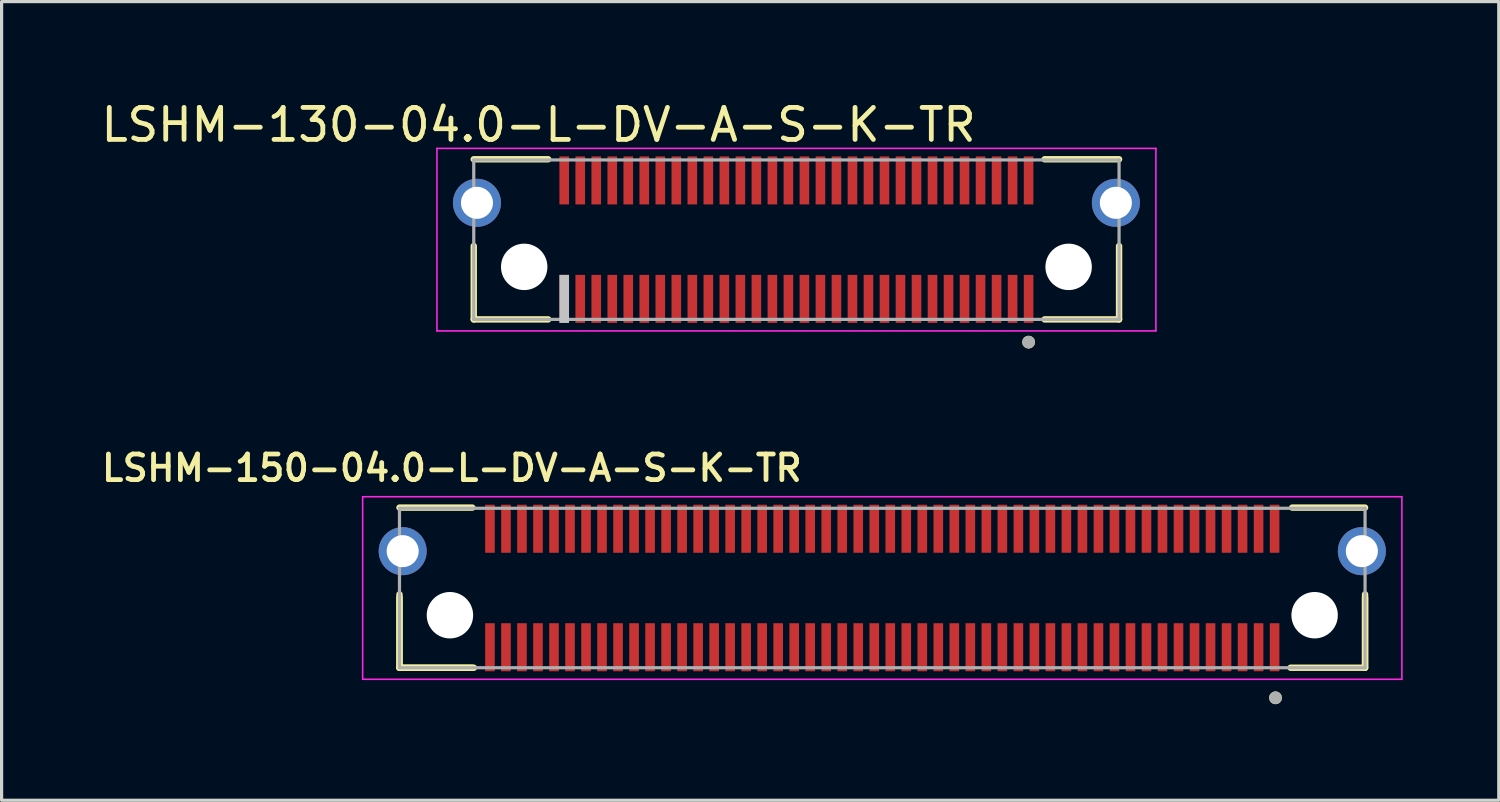
<source format=kicad_pcb>
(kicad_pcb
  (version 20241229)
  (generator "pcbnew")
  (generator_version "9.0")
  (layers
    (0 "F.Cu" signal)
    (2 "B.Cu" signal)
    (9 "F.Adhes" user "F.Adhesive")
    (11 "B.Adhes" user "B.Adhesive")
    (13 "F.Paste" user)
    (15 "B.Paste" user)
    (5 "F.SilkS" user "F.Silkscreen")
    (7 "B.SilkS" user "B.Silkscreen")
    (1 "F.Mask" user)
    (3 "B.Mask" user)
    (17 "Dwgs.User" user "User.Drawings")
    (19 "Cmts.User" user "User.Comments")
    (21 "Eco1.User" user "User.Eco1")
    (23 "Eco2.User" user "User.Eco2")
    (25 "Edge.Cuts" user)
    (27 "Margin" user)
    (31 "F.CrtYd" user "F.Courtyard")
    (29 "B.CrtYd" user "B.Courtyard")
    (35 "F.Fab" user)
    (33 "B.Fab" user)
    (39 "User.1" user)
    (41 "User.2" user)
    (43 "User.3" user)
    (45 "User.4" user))
  (footprint "LSHM-130-04.0-L-DV-A-S-K-TR"
    (layer "F.Cu")
    (at 21.818 4.433)
    (property "Reference" "LSHM-130-04.0-L-DV-A-S-K-TR" (at -8.05 -3.585 0) (layer "F.SilkS") (effects (font (size 1 1) (thickness 0.15))))
    (attr smd)
    (fp_line (start -10.075 2.49) (end -10.075 0.2) (stroke (width 0.2) (type solid)) (layer "F.SilkS"))
    (fp_line (start -10.075 2.49) (end -7.75 2.49) (stroke (width 0.2) (type solid)) (layer "F.SilkS"))
    (fp_line (start -7.75 -2.51) (end -10.075 -2.51) (stroke (width 0.2) (type solid)) (layer "F.SilkS"))
    (fp_line (start 7.75 2.49) (end 10.075 2.49) (stroke (width 0.2) (type solid)) (layer "F.SilkS"))
    (fp_line (start 10.075 -2.51) (end 7.75 -2.51) (stroke (width 0.2) (type solid)) (layer "F.SilkS"))
    (fp_line (start 10.075 2.49) (end 10.075 0.2) (stroke (width 0.2) (type solid)) (layer "F.SilkS"))
    (fp_circle (center 7.25 3.2) (end 7.35 3.2) (stroke (width 0.2) (type solid)) (fill no) (layer "F.SilkS"))
    (fp_circle (center -9.975 -1.15) (end -9.475 -1.15) (stroke (width 1) (type solid)) (fill no) (layer "F.Paste"))
    (fp_circle (center 9.975 -1.15) (end 10.475 -1.15) (stroke (width 1) (type solid)) (fill no) (layer "F.Paste"))
    (fp_line (start -11.225 -2.85) (end 11.225 -2.85) (stroke (width 0.05) (type solid)) (layer "F.CrtYd"))
    (fp_line (start -11.225 2.85) (end -11.225 -2.85) (stroke (width 0.05) (type solid)) (layer "F.CrtYd"))
    (fp_line (start 11.225 -2.85) (end 11.225 2.85) (stroke (width 0.05) (type solid)) (layer "F.CrtYd"))
    (fp_line (start 11.225 2.85) (end -11.225 2.85) (stroke (width 0.05) (type solid)) (layer "F.CrtYd"))
    (fp_line (start -10.075 -2.49) (end 10.075 -2.49) (stroke (width 0.1) (type solid)) (layer "F.Fab"))
    (fp_line (start -10.075 2.49) (end -10.075 -2.49) (stroke (width 0.1) (type solid)) (layer "F.Fab"))
    (fp_line (start 10.075 -2.49) (end 10.075 2.49) (stroke (width 0.1) (type solid)) (layer "F.Fab"))
    (fp_line (start 10.075 2.49) (end -10.075 2.49) (stroke (width 0.1) (type solid)) (layer "F.Fab"))
    (fp_circle (center 7.25 3.2) (end 7.35 3.2) (stroke (width 0.2) (type solid)) (fill no) (layer "F.Fab"))
    (pad "" np_thru_hole circle (at -8.5 0.85) (size 1.45 1.45) (drill 1.45) (layers "*.Cu" "*.Mask"))
    (pad "" np_thru_hole circle (at 8.5 0.85) (size 1.45 1.45) (drill 1.45) (layers "*.Cu" "*.Mask"))
    (pad "1" smd rect (at 7.25 1.85) (size 0.3 1.5) (layers "F.Cu" "F.Paste"))
    (pad "2" smd rect (at 7.25 -1.85) (size 0.3 1.5) (layers "F.Cu" "F.Paste"))
    (pad "3" smd rect (at 6.75 1.85) (size 0.3 1.5) (layers "F.Cu" "F.Paste"))
    (pad "4" smd rect (at 6.75 -1.85) (size 0.3 1.5) (layers "F.Cu" "F.Paste"))
    (pad "5" smd rect (at 6.25 1.85) (size 0.3 1.5) (layers "F.Cu" "F.Paste"))
    (pad "6" smd rect (at 6.25 -1.85) (size 0.3 1.5) (layers "F.Cu" "F.Paste"))
    (pad "7" smd rect (at 5.75 1.85) (size 0.3 1.5) (layers "F.Cu" "F.Paste"))
    (pad "8" smd rect (at 5.75 -1.85) (size 0.3 1.5) (layers "F.Cu" "F.Paste"))
    (pad "9" smd rect (at 5.25 1.85) (size 0.3 1.5) (layers "F.Cu" "F.Paste"))
    (pad "10" smd rect (at 5.25 -1.85) (size 0.3 1.5) (layers "F.Cu" "F.Paste"))
    (pad "11" smd rect (at 4.75 1.85) (size 0.3 1.5) (layers "F.Cu" "F.Paste"))
    (pad "12" smd rect (at 4.75 -1.85) (size 0.3 1.5) (layers "F.Cu" "F.Paste"))
    (pad "13" smd rect (at 4.25 1.85) (size 0.3 1.5) (layers "F.Cu" "F.Paste"))
    (pad "14" smd rect (at 4.25 -1.85) (size 0.3 1.5) (layers "F.Cu" "F.Paste"))
    (pad "15" smd rect (at 3.75 1.85) (size 0.3 1.5) (layers "F.Cu" "F.Paste"))
    (pad "16" smd rect (at 3.75 -1.85) (size 0.3 1.5) (layers "F.Cu" "F.Paste"))
    (pad "17" smd rect (at 3.25 1.85) (size 0.3 1.5) (layers "F.Cu" "F.Paste"))
    (pad "18" smd rect (at 3.25 -1.85) (size 0.3 1.5) (layers "F.Cu" "F.Paste"))
    (pad "19" smd rect (at 2.75 1.85) (size 0.3 1.5) (layers "F.Cu" "F.Paste"))
    (pad "20" smd rect (at 2.75 -1.85) (size 0.3 1.5) (layers "F.Cu" "F.Paste"))
    (pad "21" smd rect (at 2.25 1.85) (size 0.3 1.5) (layers "F.Cu" "F.Paste"))
    (pad "22" smd rect (at 2.25 -1.85) (size 0.3 1.5) (layers "F.Cu" "F.Paste"))
    (pad "23" smd rect (at 1.75 1.85) (size 0.3 1.5) (layers "F.Cu" "F.Paste"))
    (pad "24" smd rect (at 1.75 -1.85) (size 0.3 1.5) (layers "F.Cu" "F.Paste"))
    (pad "25" smd rect (at 1.25 1.85) (size 0.3 1.5) (layers "F.Cu" "F.Paste"))
    (pad "26" smd rect (at 1.25 -1.85) (size 0.3 1.5) (layers "F.Cu" "F.Paste"))
    (pad "27" smd rect (at 0.75 1.85) (size 0.3 1.5) (layers "F.Cu" "F.Paste"))
    (pad "28" smd rect (at 0.75 -1.85) (size 0.3 1.5) (layers "F.Cu" "F.Paste"))
    (pad "29" smd rect (at 0.25 1.85) (size 0.3 1.5) (layers "F.Cu" "F.Paste"))
    (pad "30" smd rect (at 0.25 -1.85) (size 0.3 1.5) (layers "F.Cu" "F.Paste"))
    (pad "31" smd rect (at -0.25 1.85) (size 0.3 1.5) (layers "F.Cu" "F.Paste"))
    (pad "32" smd rect (at -0.25 -1.85) (size 0.3 1.5) (layers "F.Cu" "F.Paste"))
    (pad "33" smd rect (at -0.75 1.85) (size 0.3 1.5) (layers "F.Cu" "F.Paste"))
    (pad "34" smd rect (at -0.75 -1.85) (size 0.3 1.5) (layers "F.Cu" "F.Paste"))
    (pad "35" smd rect (at -1.25 1.85) (size 0.3 1.5) (layers "F.Cu" "F.Paste"))
    (pad "36" smd rect (at -1.25 -1.85) (size 0.3 1.5) (layers "F.Cu" "F.Paste"))
    (pad "37" smd rect (at -1.75 1.85) (size 0.3 1.5) (layers "F.Cu" "F.Paste"))
    (pad "38" smd rect (at -1.75 -1.85) (size 0.3 1.5) (layers "F.Cu" "F.Paste"))
    (pad "39" smd rect (at -2.25 1.85) (size 0.3 1.5) (layers "F.Cu" "F.Paste"))
    (pad "40" smd rect (at -2.25 -1.85) (size 0.3 1.5) (layers "F.Cu" "F.Paste"))
    (pad "41" smd rect (at -2.75 1.85) (size 0.3 1.5) (layers "F.Cu" "F.Paste"))
    (pad "42" smd rect (at -2.75 -1.85) (size 0.3 1.5) (layers "F.Cu" "F.Paste"))
    (pad "43" smd rect (at -3.25 1.85) (size 0.3 1.5) (layers "F.Cu" "F.Paste"))
    (pad "44" smd rect (at -3.25 -1.85) (size 0.3 1.5) (layers "F.Cu" "F.Paste"))
    (pad "45" smd rect (at -3.75 1.85) (size 0.3 1.5) (layers "F.Cu" "F.Paste"))
    (pad "46" smd rect (at -3.75 -1.85) (size 0.3 1.5) (layers "F.Cu" "F.Paste"))
    (pad "47" smd rect (at -4.25 1.85) (size 0.3 1.5) (layers "F.Cu" "F.Paste"))
    (pad "48" smd rect (at -4.25 -1.85) (size 0.3 1.5) (layers "F.Cu" "F.Paste"))
    (pad "49" smd rect (at -4.75 1.85) (size 0.3 1.5) (layers "F.Cu" "F.Paste"))
    (pad "50" smd rect (at -4.75 -1.85) (size 0.3 1.5) (layers "F.Cu" "F.Paste"))
    (pad "51" smd rect (at -5.25 1.85) (size 0.3 1.5) (layers "F.Cu" "F.Paste"))
    (pad "52" smd rect (at -5.25 -1.85) (size 0.3 1.5) (layers "F.Cu" "F.Paste"))
    (pad "53" smd rect (at -5.75 1.85) (size 0.3 1.5) (layers "F.Cu" "F.Paste"))
    (pad "54" smd rect (at -5.75 -1.85) (size 0.3 1.5) (layers "F.Cu" "F.Paste"))
    (pad "55" smd rect (at -6.25 1.85) (size 0.3 1.5) (layers "F.Cu" "F.Paste"))
    (pad "56" smd rect (at -6.25 -1.85) (size 0.3 1.5) (layers "F.Cu" "F.Paste"))
    (pad "57" smd rect (at -6.75 1.85) (size 0.3 1.5) (layers "F.Cu" "F.Paste"))
    (pad "58" smd rect (at -6.75 -1.85) (size 0.3 1.5) (layers "F.Cu" "F.Paste"))
    (pad "59" smd rect (at -7.25 1.85) (size 0.3 1.5) (layers "F.Cu" "F.Paste" "Dwgs.User"))
    (pad "60" smd rect (at -7.25 -1.85) (size 0.3 1.5) (layers "F.Cu" "F.Paste"))
    (pad "S1" thru_hole circle (at -9.975 -1.15) (size 1.5 1.5) (drill 1) (layers "*.Cu" "*.Mask"))
    (pad "S2" thru_hole circle (at 9.975 -1.15) (size 1.5 1.5) (drill 1) (layers "*.Cu" "*.Mask")))
  (footprint "LSHM-150-04.0-L-DV-A-S-K-TR"
    (layer "F.Cu")
    (at 24.499 15.31)
    (property "Reference" "LSHM-150-04.0-L-DV-A-S-K-TR" (at -13.44 -3.746 0) (layer "F.SilkS") (effects (font (size 0.8 0.8) (thickness 0.15))))
    (attr smd)
    (fp_line (start -15.075 0.3) (end -15.075 2.49) (stroke (width 0.2) (type solid)) (layer "F.SilkS"))
    (fp_line (start -15.075 2.49) (end -15.075 0.2) (stroke (width 0.2) (type solid)) (layer "F.SilkS"))
    (fp_line (start -15.075 2.49) (end -12.8 2.49) (stroke (width 0.2) (type solid)) (layer "F.SilkS"))
    (fp_line (start -15.075 2.49) (end -12.75 2.49) (stroke (width 0.2) (type solid)) (layer "F.SilkS"))
    (fp_line (start -12.8 -2.51) (end -15.075 -2.51) (stroke (width 0.2) (type solid)) (layer "F.SilkS"))
    (fp_line (start 12.75 2.49) (end 15.075 2.49) (stroke (width 0.2) (type solid)) (layer "F.SilkS"))
    (fp_line (start 12.8 -2.51) (end 15.075 -2.51) (stroke (width 0.2) (type solid)) (layer "F.SilkS"))
    (fp_line (start 15.075 0.3) (end 15.075 2.49) (stroke (width 0.2) (type solid)) (layer "F.SilkS"))
    (fp_line (start 15.075 2.49) (end 15.075 0.2) (stroke (width 0.2) (type solid)) (layer "F.SilkS"))
    (fp_circle (center 12.279 3.429) (end 12.379 3.429) (stroke (width 0.2) (type solid)) (fill no) (layer "F.SilkS"))
    (fp_circle (center -14.975 -1.15) (end -14.475 -1.15) (stroke (width 1) (type solid)) (fill no) (layer "F.Paste"))
    (fp_circle (center 14.975 -1.15) (end 15.475 -1.15) (stroke (width 1) (type solid)) (fill no) (layer "F.Paste"))
    (fp_line (start -16.225 -2.85) (end -16.225 2.85) (stroke (width 0.05) (type solid)) (layer "F.CrtYd"))
    (fp_line (start -16.225 2.85) (end 16.225 2.85) (stroke (width 0.05) (type solid)) (layer "F.CrtYd"))
    (fp_line (start 16.225 -2.85) (end -16.225 -2.85) (stroke (width 0.05) (type solid)) (layer "F.CrtYd"))
    (fp_line (start 16.225 2.85) (end 16.225 -2.85) (stroke (width 0.05) (type solid)) (layer "F.CrtYd"))
    (fp_line (start -15.075 -2.49) (end -15.075 2.49) (stroke (width 0.1) (type solid)) (layer "F.Fab"))
    (fp_line (start -15.075 2.49) (end 15.075 2.49) (stroke (width 0.1) (type solid)) (layer "F.Fab"))
    (fp_line (start 15.075 -2.49) (end -15.075 -2.49) (stroke (width 0.1) (type solid)) (layer "F.Fab"))
    (fp_line (start 15.075 2.49) (end 15.075 -2.49) (stroke (width 0.1) (type solid)) (layer "F.Fab"))
    (fp_circle (center 12.279 3.429) (end 12.379 3.429) (stroke (width 0.2) (type solid)) (fill no) (layer "F.Fab"))
    (pad "" np_thru_hole circle (at -13.5 0.85) (size 1.45 1.45) (drill 1.45) (layers "*.Cu" "*.Mask"))
    (pad "" np_thru_hole circle (at 13.5 0.85) (size 1.45 1.45) (drill 1.45) (layers "*.Cu" "*.Mask"))
    (pad "1" smd rect (at 12.25 1.85) (size 0.3 1.5) (layers "F.Cu" "F.Paste"))
    (pad "2" smd rect (at 12.25 -1.85) (size 0.3 1.5) (layers "F.Cu" "F.Paste"))
    (pad "3" smd rect (at 11.75 1.85) (size 0.3 1.5) (layers "F.Cu" "F.Paste"))
    (pad "4" smd rect (at 11.75 -1.85) (size 0.3 1.5) (layers "F.Cu" "F.Paste"))
    (pad "5" smd rect (at 11.25 1.85) (size 0.3 1.5) (layers "F.Cu" "F.Paste"))
    (pad "6" smd rect (at 11.25 -1.85) (size 0.3 1.5) (layers "F.Cu" "F.Paste"))
    (pad "7" smd rect (at 10.75 1.85) (size 0.3 1.5) (layers "F.Cu" "F.Paste"))
    (pad "8" smd rect (at 10.75 -1.85) (size 0.3 1.5) (layers "F.Cu" "F.Paste"))
    (pad "9" smd rect (at 10.25 1.85) (size 0.3 1.5) (layers "F.Cu" "F.Paste"))
    (pad "10" smd rect (at 10.25 -1.85) (size 0.3 1.5) (layers "F.Cu" "F.Paste"))
    (pad "11" smd rect (at 9.75 1.85) (size 0.3 1.5) (layers "F.Cu" "F.Paste"))
    (pad "12" smd rect (at 9.75 -1.85) (size 0.3 1.5) (layers "F.Cu" "F.Paste"))
    (pad "13" smd rect (at 9.25 1.85) (size 0.3 1.5) (layers "F.Cu" "F.Paste"))
    (pad "14" smd rect (at 9.25 -1.85) (size 0.3 1.5) (layers "F.Cu" "F.Paste"))
    (pad "15" smd rect (at 8.75 1.85) (size 0.3 1.5) (layers "F.Cu" "F.Paste"))
    (pad "16" smd rect (at 8.75 -1.85) (size 0.3 1.5) (layers "F.Cu" "F.Paste"))
    (pad "17" smd rect (at 8.25 1.85) (size 0.3 1.5) (layers "F.Cu" "F.Paste"))
    (pad "18" smd rect (at 8.25 -1.85) (size 0.3 1.5) (layers "F.Cu" "F.Paste"))
    (pad "19" smd rect (at 7.75 1.85) (size 0.3 1.5) (layers "F.Cu" "F.Paste"))
    (pad "20" smd rect (at 7.75 -1.85) (size 0.3 1.5) (layers "F.Cu" "F.Paste"))
    (pad "21" smd rect (at 7.25 1.85) (size 0.3 1.5) (layers "F.Cu" "F.Paste"))
    (pad "22" smd rect (at 7.25 -1.85) (size 0.3 1.5) (layers "F.Cu" "F.Paste"))
    (pad "23" smd rect (at 6.75 1.85) (size 0.3 1.5) (layers "F.Cu" "F.Paste"))
    (pad "24" smd rect (at 6.75 -1.85) (size 0.3 1.5) (layers "F.Cu" "F.Paste"))
    (pad "25" smd rect (at 6.25 1.85) (size 0.3 1.5) (layers "F.Cu" "F.Paste"))
    (pad "26" smd rect (at 6.25 -1.85) (size 0.3 1.5) (layers "F.Cu" "F.Paste"))
    (pad "27" smd rect (at 5.75 1.85) (size 0.3 1.5) (layers "F.Cu" "F.Paste"))
    (pad "28" smd rect (at 5.75 -1.85) (size 0.3 1.5) (layers "F.Cu" "F.Paste"))
    (pad "29" smd rect (at 5.25 1.85) (size 0.3 1.5) (layers "F.Cu" "F.Paste"))
    (pad "30" smd rect (at 5.25 -1.85) (size 0.3 1.5) (layers "F.Cu" "F.Paste"))
    (pad "31" smd rect (at 4.75 1.85) (size 0.3 1.5) (layers "F.Cu" "F.Paste"))
    (pad "32" smd rect (at 4.75 -1.85) (size 0.3 1.5) (layers "F.Cu" "F.Paste"))
    (pad "33" smd rect (at 4.25 1.85) (size 0.3 1.5) (layers "F.Cu" "F.Paste"))
    (pad "34" smd rect (at 4.25 -1.85) (size 0.3 1.5) (layers "F.Cu" "F.Paste"))
    (pad "35" smd rect (at 3.75 1.85) (size 0.3 1.5) (layers "F.Cu" "F.Paste"))
    (pad "36" smd rect (at 3.75 -1.85) (size 0.3 1.5) (layers "F.Cu" "F.Paste"))
    (pad "37" smd rect (at 3.25 1.85) (size 0.3 1.5) (layers "F.Cu" "F.Paste"))
    (pad "38" smd rect (at 3.25 -1.85) (size 0.3 1.5) (layers "F.Cu" "F.Paste"))
    (pad "39" smd rect (at 2.75 1.85) (size 0.3 1.5) (layers "F.Cu" "F.Paste"))
    (pad "40" smd rect (at 2.75 -1.85) (size 0.3 1.5) (layers "F.Cu" "F.Paste"))
    (pad "41" smd rect (at 2.25 1.85) (size 0.3 1.5) (layers "F.Cu" "F.Paste"))
    (pad "42" smd rect (at 2.25 -1.85) (size 0.3 1.5) (layers "F.Cu" "F.Paste"))
    (pad "43" smd rect (at 1.75 1.85) (size 0.3 1.5) (layers "F.Cu" "F.Paste"))
    (pad "44" smd rect (at 1.75 -1.85) (size 0.3 1.5) (layers "F.Cu" "F.Paste"))
    (pad "45" smd rect (at 1.25 1.85) (size 0.3 1.5) (layers "F.Cu" "F.Paste"))
    (pad "46" smd rect (at 1.25 -1.85) (size 0.3 1.5) (layers "F.Cu" "F.Paste"))
    (pad "47" smd rect (at 0.75 1.85) (size 0.3 1.5) (layers "F.Cu" "F.Paste"))
    (pad "48" smd rect (at 0.75 -1.85) (size 0.3 1.5) (layers "F.Cu" "F.Paste"))
    (pad "49" smd rect (at 0.25 1.85) (size 0.3 1.5) (layers "F.Cu" "F.Paste"))
    (pad "50" smd rect (at 0.25 -1.85) (size 0.3 1.5) (layers "F.Cu" "F.Paste"))
    (pad "51" smd rect (at -0.25 1.85) (size 0.3 1.5) (layers "F.Cu" "F.Paste"))
    (pad "52" smd rect (at -0.25 -1.85) (size 0.3 1.5) (layers "F.Cu" "F.Paste"))
    (pad "53" smd rect (at -0.75 1.85) (size 0.3 1.5) (layers "F.Cu" "F.Paste"))
    (pad "54" smd rect (at -0.75 -1.85) (size 0.3 1.5) (layers "F.Cu" "F.Paste"))
    (pad "55" smd rect (at -1.25 1.85) (size 0.3 1.5) (layers "F.Cu" "F.Paste"))
    (pad "56" smd rect (at -1.25 -1.85) (size 0.3 1.5) (layers "F.Cu" "F.Paste"))
    (pad "57" smd rect (at -1.75 1.85) (size 0.3 1.5) (layers "F.Cu" "F.Paste"))
    (pad "58" smd rect (at -1.75 -1.85) (size 0.3 1.5) (layers "F.Cu" "F.Paste"))
    (pad "59" smd rect (at -2.25 1.85) (size 0.3 1.5) (layers "F.Cu" "F.Paste"))
    (pad "60" smd rect (at -2.25 -1.85) (size 0.3 1.5) (layers "F.Cu" "F.Paste"))
    (pad "61" smd rect (at -2.75 1.85) (size 0.3 1.5) (layers "F.Cu" "F.Paste"))
    (pad "62" smd rect (at -2.75 -1.85) (size 0.3 1.5) (layers "F.Cu" "F.Paste"))
    (pad "63" smd rect (at -3.25 1.85) (size 0.3 1.5) (layers "F.Cu" "F.Paste"))
    (pad "64" smd rect (at -3.25 -1.85) (size 0.3 1.5) (layers "F.Cu" "F.Paste"))
    (pad "65" smd rect (at -3.75 1.85) (size 0.3 1.5) (layers "F.Cu" "F.Paste"))
    (pad "66" smd rect (at -3.75 -1.85) (size 0.3 1.5) (layers "F.Cu" "F.Paste"))
    (pad "67" smd rect (at -4.25 1.85) (size 0.3 1.5) (layers "F.Cu" "F.Paste"))
    (pad "68" smd rect (at -4.25 -1.85) (size 0.3 1.5) (layers "F.Cu" "F.Paste"))
    (pad "69" smd rect (at -4.75 1.85) (size 0.3 1.5) (layers "F.Cu" "F.Paste"))
    (pad "70" smd rect (at -4.75 -1.85) (size 0.3 1.5) (layers "F.Cu" "F.Paste"))
    (pad "71" smd rect (at -5.25 1.85) (size 0.3 1.5) (layers "F.Cu" "F.Paste"))
    (pad "72" smd rect (at -5.25 -1.85) (size 0.3 1.5) (layers "F.Cu" "F.Paste"))
    (pad "73" smd rect (at -5.75 1.85) (size 0.3 1.5) (layers "F.Cu" "F.Paste"))
    (pad "74" smd rect (at -5.75 -1.85) (size 0.3 1.5) (layers "F.Cu" "F.Paste"))
    (pad "75" smd rect (at -6.25 1.85) (size 0.3 1.5) (layers "F.Cu" "F.Paste"))
    (pad "76" smd rect (at -6.25 -1.85) (size 0.3 1.5) (layers "F.Cu" "F.Paste"))
    (pad "77" smd rect (at -6.75 1.85) (size 0.3 1.5) (layers "F.Cu" "F.Paste"))
    (pad "78" smd rect (at -6.75 -1.85) (size 0.3 1.5) (layers "F.Cu" "F.Paste"))
    (pad "79" smd rect (at -7.25 1.85) (size 0.3 1.5) (layers "F.Cu" "F.Paste"))
    (pad "80" smd rect (at -7.25 -1.85) (size 0.3 1.5) (layers "F.Cu" "F.Paste"))
    (pad "81" smd rect (at -7.75 1.85) (size 0.3 1.5) (layers "F.Cu" "F.Paste"))
    (pad "82" smd rect (at -7.75 -1.85) (size 0.3 1.5) (layers "F.Cu" "F.Paste"))
    (pad "83" smd rect (at -8.25 1.85) (size 0.3 1.5) (layers "F.Cu" "F.Paste"))
    (pad "84" smd rect (at -8.25 -1.85) (size 0.3 1.5) (layers "F.Cu" "F.Paste"))
    (pad "85" smd rect (at -8.75 1.85) (size 0.3 1.5) (layers "F.Cu" "F.Paste"))
    (pad "86" smd rect (at -8.75 -1.85) (size 0.3 1.5) (layers "F.Cu" "F.Paste"))
    (pad "87" smd rect (at -9.25 1.85) (size 0.3 1.5) (layers "F.Cu" "F.Paste"))
    (pad "88" smd rect (at -9.25 -1.85) (size 0.3 1.5) (layers "F.Cu" "F.Paste"))
    (pad "89" smd rect (at -9.75 1.85) (size 0.3 1.5) (layers "F.Cu" "F.Paste"))
    (pad "90" smd rect (at -9.75 -1.85) (size 0.3 1.5) (layers "F.Cu" "F.Paste"))
    (pad "91" smd rect (at -10.25 1.85) (size 0.3 1.5) (layers "F.Cu" "F.Paste"))
    (pad "92" smd rect (at -10.25 -1.85) (size 0.3 1.5) (layers "F.Cu" "F.Paste"))
    (pad "93" smd rect (at -10.75 1.85) (size 0.3 1.5) (layers "F.Cu" "F.Paste"))
    (pad "94" smd rect (at -10.75 -1.85) (size 0.3 1.5) (layers "F.Cu" "F.Paste"))
    (pad "95" smd rect (at -11.25 1.85) (size 0.3 1.5) (layers "F.Cu" "F.Paste"))
    (pad "96" smd rect (at -11.25 -1.85) (size 0.3 1.5) (layers "F.Cu" "F.Paste"))
    (pad "97" smd rect (at -11.75 1.85) (size 0.3 1.5) (layers "F.Cu" "F.Paste"))
    (pad "98" smd rect (at -11.75 -1.85) (size 0.3 1.5) (layers "F.Cu" "F.Paste"))
    (pad "99" smd rect (at -12.25 1.85) (size 0.3 1.5) (layers "F.Cu" "F.Paste"))
    (pad "100" smd rect (at -12.25 -1.85) (size 0.3 1.5) (layers "F.Cu" "F.Paste"))
    (pad "S1" thru_hole circle (at -14.975 -1.15) (size 1.5 1.5) (drill 1) (layers "*.Cu" "*.Mask"))
    (pad "S2" thru_hole circle (at 14.975 -1.15) (size 1.5 1.5) (drill 1) (layers "*.Cu" "*.Mask")))
  (gr_rect
    (start -3 -3)
    (end 43.749 21.939)
    (stroke (width 0.1) (type default))
    (fill no)
    (layer "Edge.Cuts")))
</source>
